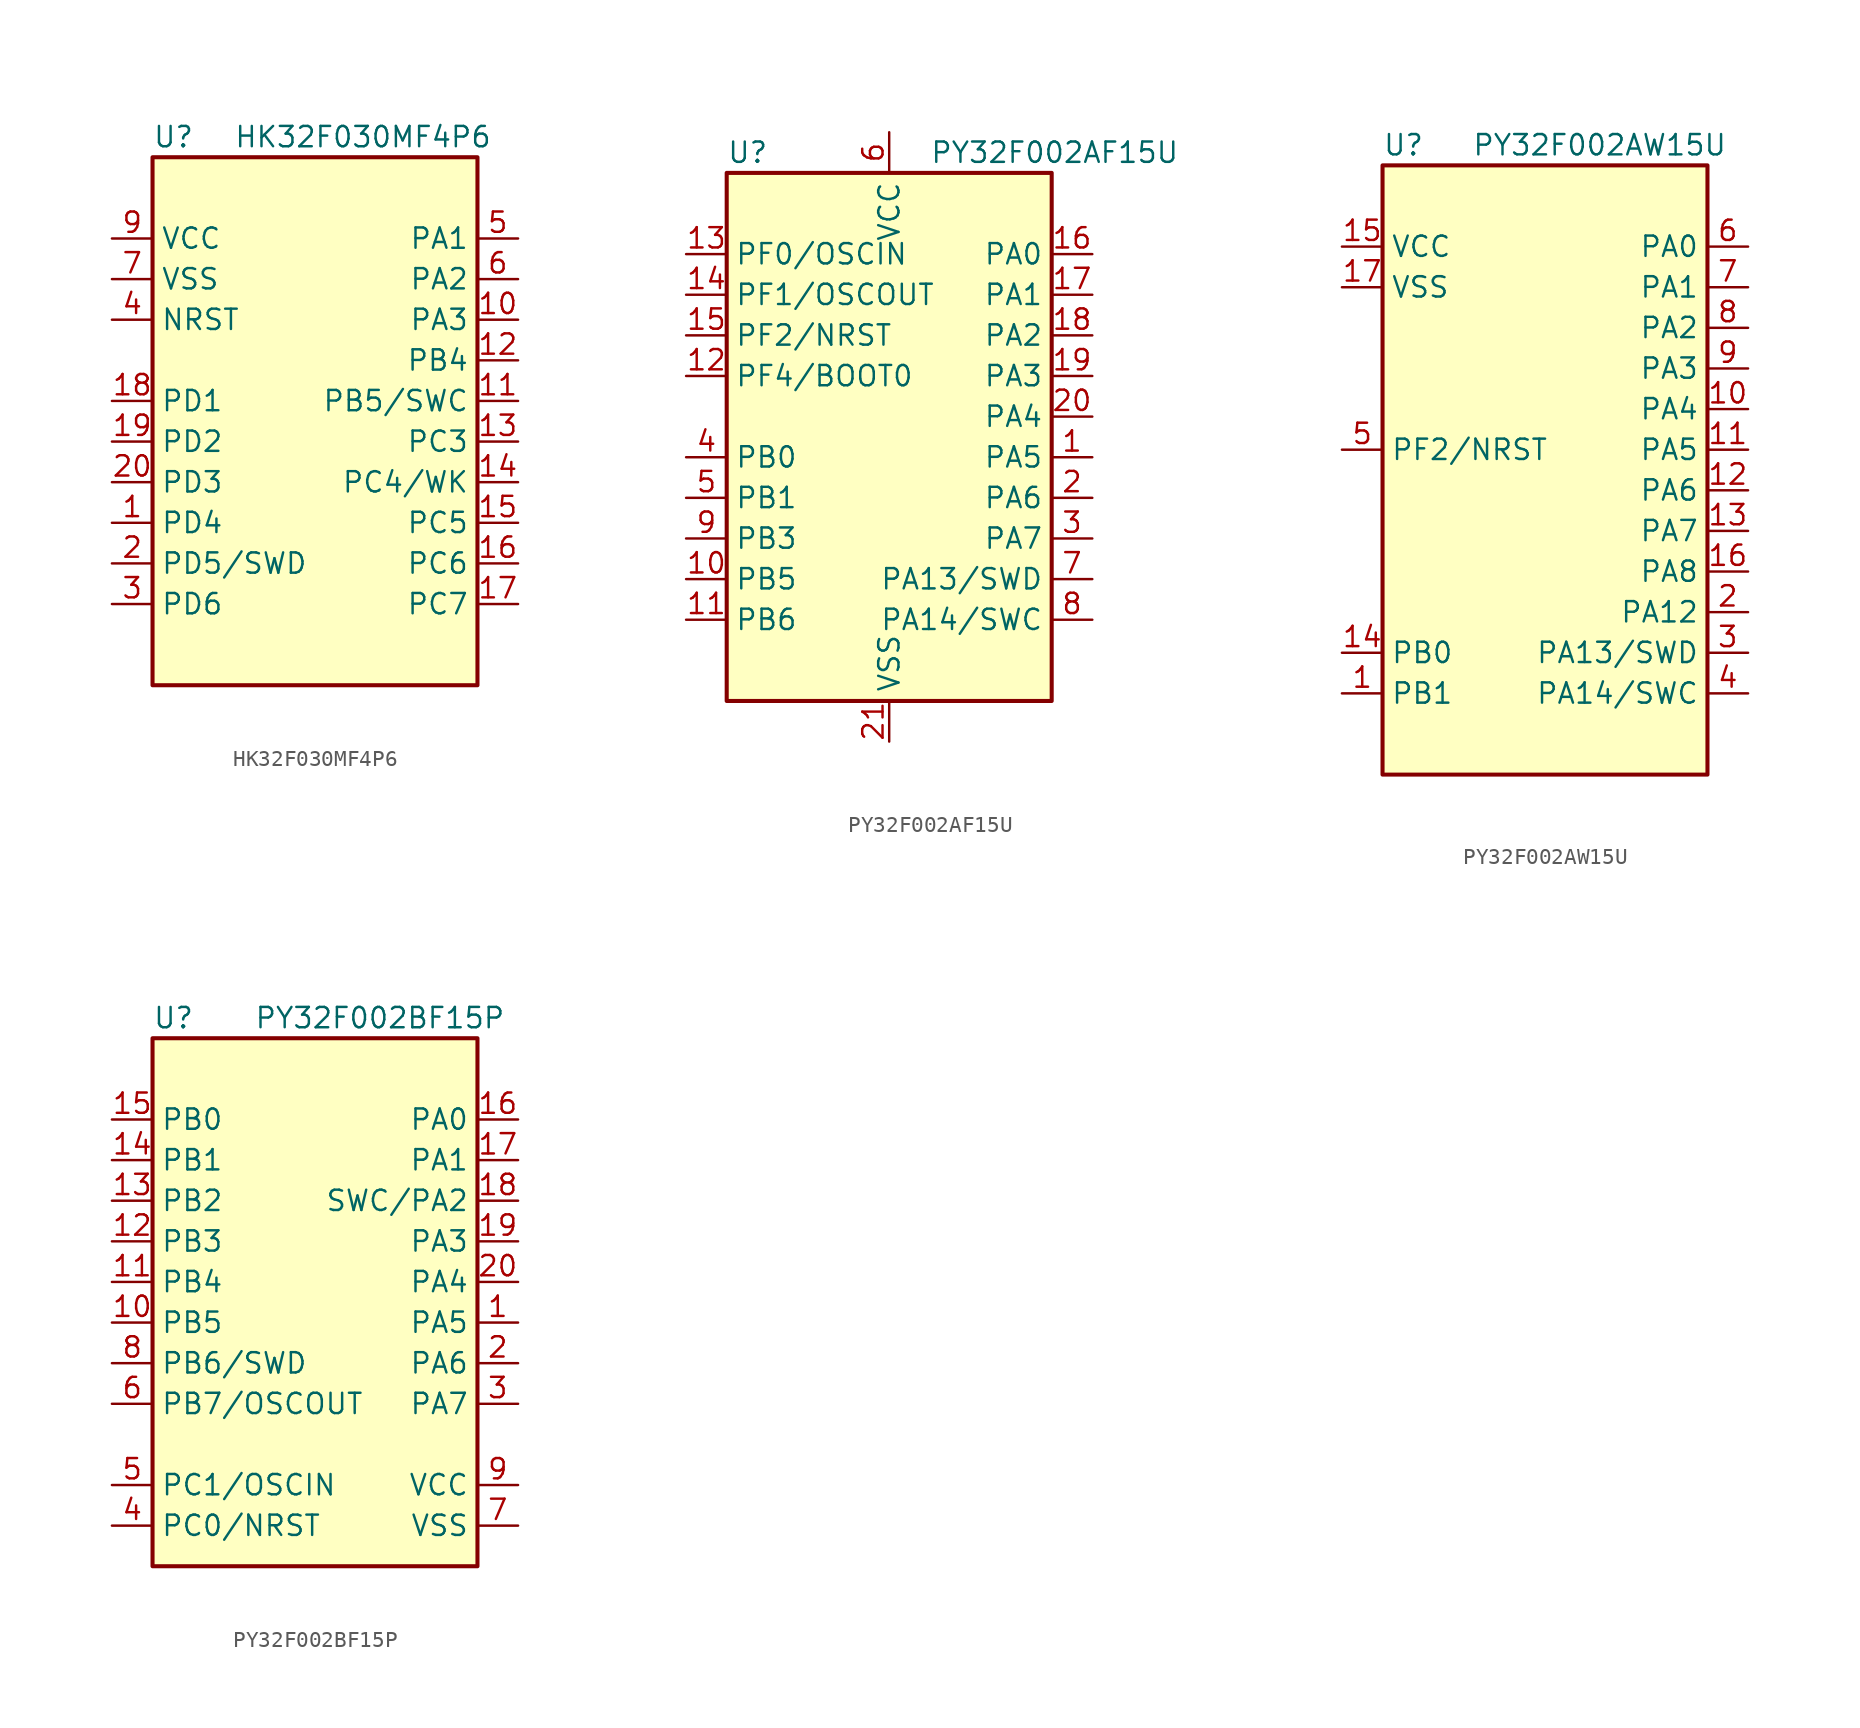
<source format=kicad_sym>
(kicad_symbol_lib
  (version 20241209)
  (generator "kicad_symbol_editor")
  (generator_version "9.0")
  (symbol "HK32F030MF4P6"
    (property "Reference" "U"
      (at -10.16 16.51 0)
      (effects (font (size 1.27 1.27)) (justify left)))
    (property "Value" "HK32F030MF4P6"
      (at -5.08 16.51 0)
      (effects (font (size 1.27 1.27)) (justify left)))
    (symbol "HK32F030MF4P6_0_1"
      (rectangle (start -10.16 15.24) (end 10.16 -17.78) (stroke (width 0.254) (type default)) (fill (type background))))
    (symbol "HK32F030MF4P6_1_1"
      (pin no_connect line (at -12.7 12.7 0) (length 2.54) (hide yes) (name "VCAP" (effects (font (size 1.27 1.27)))) (number "8" (effects (font (size 1.27 1.27)))))
      (pin power_in line (at -12.7 10.16 0) (length 2.54) (name "VCC" (effects (font (size 1.27 1.27)))) (number "9" (effects (font (size 1.27 1.27)))))
      (pin power_in line (at -12.7 7.62 0) (length 2.54) (name "VSS" (effects (font (size 1.27 1.27)))) (number "7" (effects (font (size 1.27 1.27)))))
      (pin bidirectional line (at -12.7 5.08 0) (length 2.54) (name "NRST" (effects (font (size 1.27 1.27)))) (number "4" (effects (font (size 1.27 1.27)))))
      (pin bidirectional line (at -12.7 0 0) (length 2.54) (name "PD1" (effects (font (size 1.27 1.27)))) (number "18" (effects (font (size 1.27 1.27)))))
      (pin bidirectional line (at -12.7 -2.54 0) (length 2.54) (name "PD2" (effects (font (size 1.27 1.27)))) (number "19" (effects (font (size 1.27 1.27)))))
      (pin bidirectional line (at -12.7 -5.08 0) (length 2.54) (name "PD3" (effects (font (size 1.27 1.27)))) (number "20" (effects (font (size 1.27 1.27)))))
      (pin bidirectional line (at -12.7 -7.62 0) (length 2.54) (name "PD4" (effects (font (size 1.27 1.27)))) (number "1" (effects (font (size 1.27 1.27)))))
      (pin bidirectional line (at -12.7 -10.16 0) (length 2.54) (name "PD5/SWD" (effects (font (size 1.27 1.27)))) (number "2" (effects (font (size 1.27 1.27)))))
      (pin bidirectional line (at -12.7 -12.7 0) (length 2.54) (name "PD6" (effects (font (size 1.27 1.27)))) (number "3" (effects (font (size 1.27 1.27)))))
      (pin bidirectional line (at 12.7 10.16 180) (length 2.54) (name "PA1" (effects (font (size 1.27 1.27)))) (number "5" (effects (font (size 1.27 1.27)))))
      (pin bidirectional line (at 12.7 7.62 180) (length 2.54) (name "PA2" (effects (font (size 1.27 1.27)))) (number "6" (effects (font (size 1.27 1.27)))))
      (pin bidirectional line (at 12.7 5.08 180) (length 2.54) (name "PA3" (effects (font (size 1.27 1.27)))) (number "10" (effects (font (size 1.27 1.27)))))
      (pin bidirectional line (at 12.7 2.54 180) (length 2.54) (name "PB4" (effects (font (size 1.27 1.27)))) (number "12" (effects (font (size 1.27 1.27)))))
      (pin bidirectional line (at 12.7 0 180) (length 2.54) (name "PB5/SWC" (effects (font (size 1.27 1.27)))) (number "11" (effects (font (size 1.27 1.27)))))
      (pin bidirectional line (at 12.7 -2.54 180) (length 2.54) (name "PC3" (effects (font (size 1.27 1.27)))) (number "13" (effects (font (size 1.27 1.27)))))
      (pin bidirectional line (at 12.7 -5.08 180) (length 2.54) (name "PC4/WK" (effects (font (size 1.27 1.27)))) (number "14" (effects (font (size 1.27 1.27)))))
      (pin bidirectional line (at 12.7 -7.62 180) (length 2.54) (name "PC5" (effects (font (size 1.27 1.27)))) (number "15" (effects (font (size 1.27 1.27)))))
      (pin bidirectional line (at 12.7 -10.16 180) (length 2.54) (name "PC6" (effects (font (size 1.27 1.27)))) (number "16" (effects (font (size 1.27 1.27)))))
      (pin bidirectional line (at 12.7 -12.7 180) (length 2.54) (name "PC7" (effects (font (size 1.27 1.27)))) (number "17" (effects (font (size 1.27 1.27)))))))
  (symbol "PY32F002AF15U"
    (property "Reference" "U"
      (at -10.16 16.51 0)
      (effects (font (size 1.27 1.27)) (justify left)))
    (property "Value" "PY32F002AF15U"
      (at 2.54 16.51 0)
      (effects (font (size 1.27 1.27)) (justify left)))
    (symbol "PY32F002AF15U_0_1"
      (rectangle (start -10.16 15.24) (end 10.16 -17.78) (stroke (width 0.254) (type default)) (fill (type background))))
    (symbol "PY32F002AF15U_1_1"
      (pin bidirectional line (at -12.7 10.16 0) (length 2.54) (name "PF0/OSCIN" (effects (font (size 1.27 1.27)))) (number "13" (effects (font (size 1.27 1.27)))))
      (pin bidirectional line (at -12.7 7.62 0) (length 2.54) (name "PF1/OSCOUT" (effects (font (size 1.27 1.27)))) (number "14" (effects (font (size 1.27 1.27)))))
      (pin bidirectional line (at -12.7 5.08 0) (length 2.54) (name "PF2/NRST" (effects (font (size 1.27 1.27)))) (number "15" (effects (font (size 1.27 1.27)))))
      (pin bidirectional line (at -12.7 2.54 0) (length 2.54) (name "PF4/BOOT0" (effects (font (size 1.27 1.27)))) (number "12" (effects (font (size 1.27 1.27)))))
      (pin bidirectional line (at -12.7 -2.54 0) (length 2.54) (name "PB0" (effects (font (size 1.27 1.27)))) (number "4" (effects (font (size 1.27 1.27)))))
      (pin bidirectional line (at -12.7 -5.08 0) (length 2.54) (name "PB1" (effects (font (size 1.27 1.27)))) (number "5" (effects (font (size 1.27 1.27)))))
      (pin bidirectional line (at -12.7 -7.62 0) (length 2.54) (name "PB3" (effects (font (size 1.27 1.27)))) (number "9" (effects (font (size 1.27 1.27)))))
      (pin bidirectional line (at -12.7 -10.16 0) (length 2.54) (name "PB5" (effects (font (size 1.27 1.27)))) (number "10" (effects (font (size 1.27 1.27)))))
      (pin bidirectional line (at -12.7 -12.7 0) (length 2.54) (name "PB6" (effects (font (size 1.27 1.27)))) (number "11" (effects (font (size 1.27 1.27)))))
      (pin power_in line (at 0 17.78 270) (length 2.54) (name "VCC" (effects (font (size 1.27 1.27)))) (number "6" (effects (font (size 1.27 1.27)))))
      (pin power_in line (at 0 -20.32 90) (length 2.54) (name "VSS" (effects (font (size 1.27 1.27)))) (number "21" (effects (font (size 1.27 1.27)))))
      (pin bidirectional line (at 12.7 10.16 180) (length 2.54) (name "PA0" (effects (font (size 1.27 1.27)))) (number "16" (effects (font (size 1.27 1.27)))))
      (pin bidirectional line (at 12.7 7.62 180) (length 2.54) (name "PA1" (effects (font (size 1.27 1.27)))) (number "17" (effects (font (size 1.27 1.27)))))
      (pin bidirectional line (at 12.7 5.08 180) (length 2.54) (name "PA2" (effects (font (size 1.27 1.27)))) (number "18" (effects (font (size 1.27 1.27)))))
      (pin bidirectional line (at 12.7 2.54 180) (length 2.54) (name "PA3" (effects (font (size 1.27 1.27)))) (number "19" (effects (font (size 1.27 1.27)))))
      (pin bidirectional line (at 12.7 0 180) (length 2.54) (name "PA4" (effects (font (size 1.27 1.27)))) (number "20" (effects (font (size 1.27 1.27)))))
      (pin bidirectional line (at 12.7 -2.54 180) (length 2.54) (name "PA5" (effects (font (size 1.27 1.27)))) (number "1" (effects (font (size 1.27 1.27)))))
      (pin bidirectional line (at 12.7 -5.08 180) (length 2.54) (name "PA6" (effects (font (size 1.27 1.27)))) (number "2" (effects (font (size 1.27 1.27)))))
      (pin bidirectional line (at 12.7 -7.62 180) (length 2.54) (name "PA7" (effects (font (size 1.27 1.27)))) (number "3" (effects (font (size 1.27 1.27)))))
      (pin bidirectional line (at 12.7 -10.16 180) (length 2.54) (name "PA13/SWD" (effects (font (size 1.27 1.27)))) (number "7" (effects (font (size 1.27 1.27)))))
      (pin bidirectional line (at 12.7 -12.7 180) (length 2.54) (name "PA14/SWC" (effects (font (size 1.27 1.27)))) (number "8" (effects (font (size 1.27 1.27)))))))
  (symbol "PY32F002AW15U"
    (property "Reference" "U"
      (at -10.16 19.05 0)
      (effects (font (size 1.27 1.27)) (justify left)))
    (property "Value" "PY32F002AW15U"
      (at -4.572 19.05 0)
      (effects (font (size 1.27 1.27)) (justify left)))
    (symbol "PY32F002AW15U_0_1"
      (rectangle (start -10.16 17.78) (end 10.16 -20.32) (stroke (width 0.254) (type default)) (fill (type background))))
    (symbol "PY32F002AW15U_1_1"
      (pin power_in line (at -12.7 12.7 0) (length 2.54) (name "VCC" (effects (font (size 1.27 1.27)))) (number "15" (effects (font (size 1.27 1.27)))))
      (pin power_in line (at -12.7 10.16 0) (length 2.54) (name "VSS" (effects (font (size 1.27 1.27)))) (number "17" (effects (font (size 1.27 1.27)))))
      (pin bidirectional line (at -12.7 0 0) (length 2.54) (name "PF2/NRST" (effects (font (size 1.27 1.27)))) (number "5" (effects (font (size 1.27 1.27)))))
      (pin bidirectional line (at -12.7 -12.7 0) (length 2.54) (name "PB0" (effects (font (size 1.27 1.27)))) (number "14" (effects (font (size 1.27 1.27)))))
      (pin bidirectional line (at -12.7 -15.24 0) (length 2.54) (name "PB1" (effects (font (size 1.27 1.27)))) (number "1" (effects (font (size 1.27 1.27)))))
      (pin bidirectional line (at 12.7 12.7 180) (length 2.54) (name "PA0" (effects (font (size 1.27 1.27)))) (number "6" (effects (font (size 1.27 1.27)))))
      (pin bidirectional line (at 12.7 10.16 180) (length 2.54) (name "PA1" (effects (font (size 1.27 1.27)))) (number "7" (effects (font (size 1.27 1.27)))))
      (pin bidirectional line (at 12.7 7.62 180) (length 2.54) (name "PA2" (effects (font (size 1.27 1.27)))) (number "8" (effects (font (size 1.27 1.27)))))
      (pin bidirectional line (at 12.7 5.08 180) (length 2.54) (name "PA3" (effects (font (size 1.27 1.27)))) (number "9" (effects (font (size 1.27 1.27)))))
      (pin bidirectional line (at 12.7 2.54 180) (length 2.54) (name "PA4" (effects (font (size 1.27 1.27)))) (number "10" (effects (font (size 1.27 1.27)))))
      (pin bidirectional line (at 12.7 0 180) (length 2.54) (name "PA5" (effects (font (size 1.27 1.27)))) (number "11" (effects (font (size 1.27 1.27)))))
      (pin bidirectional line (at 12.7 -2.54 180) (length 2.54) (name "PA6" (effects (font (size 1.27 1.27)))) (number "12" (effects (font (size 1.27 1.27)))))
      (pin bidirectional line (at 12.7 -5.08 180) (length 2.54) (name "PA7" (effects (font (size 1.27 1.27)))) (number "13" (effects (font (size 1.27 1.27)))))
      (pin bidirectional line (at 12.7 -7.62 180) (length 2.54) (name "PA8" (effects (font (size 1.27 1.27)))) (number "16" (effects (font (size 1.27 1.27)))))
      (pin bidirectional line (at 12.7 -10.16 180) (length 2.54) (name "PA12" (effects (font (size 1.27 1.27)))) (number "2" (effects (font (size 1.27 1.27)))))
      (pin bidirectional line (at 12.7 -12.7 180) (length 2.54) (name "PA13/SWD" (effects (font (size 1.27 1.27)))) (number "3" (effects (font (size 1.27 1.27)))))
      (pin bidirectional line (at 12.7 -15.24 180) (length 2.54) (name "PA14/SWC" (effects (font (size 1.27 1.27)))) (number "4" (effects (font (size 1.27 1.27)))))))
  (symbol "PY32F002BF15P"
    (property "Reference" "U"
      (at -10.16 16.51 0)
      (effects (font (size 1.27 1.27)) (justify left)))
    (property "Value" "PY32F002BF15P"
      (at -3.81 16.51 0)
      (effects (font (size 1.27 1.27)) (justify left)))
    (symbol "PY32F002BF15P_0_1"
      (rectangle (start -10.16 15.24) (end 10.16 -17.78) (stroke (width 0.254) (type default)) (fill (type background))))
    (symbol "PY32F002BF15P_1_1"
      (pin bidirectional line (at -12.7 10.16 0) (length 2.54) (name "PB0" (effects (font (size 1.27 1.27)))) (number "15" (effects (font (size 1.27 1.27)))))
      (pin bidirectional line (at -12.7 7.62 0) (length 2.54) (name "PB1" (effects (font (size 1.27 1.27)))) (number "14" (effects (font (size 1.27 1.27)))))
      (pin bidirectional line (at -12.7 5.08 0) (length 2.54) (name "PB2" (effects (font (size 1.27 1.27)))) (number "13" (effects (font (size 1.27 1.27)))))
      (pin bidirectional line (at -12.7 2.54 0) (length 2.54) (name "PB3" (effects (font (size 1.27 1.27)))) (number "12" (effects (font (size 1.27 1.27)))))
      (pin bidirectional line (at -12.7 0 0) (length 2.54) (name "PB4" (effects (font (size 1.27 1.27)))) (number "11" (effects (font (size 1.27 1.27)))))
      (pin bidirectional line (at -12.7 -2.54 0) (length 2.54) (name "PB5" (effects (font (size 1.27 1.27)))) (number "10" (effects (font (size 1.27 1.27)))))
      (pin bidirectional line (at -12.7 -5.08 0) (length 2.54) (name "PB6/SWD" (effects (font (size 1.27 1.27)))) (number "8" (effects (font (size 1.27 1.27)))))
      (pin bidirectional line (at -12.7 -7.62 0) (length 2.54) (name "PB7/OSCOUT" (effects (font (size 1.27 1.27)))) (number "6" (effects (font (size 1.27 1.27)))))
      (pin bidirectional line (at -12.7 -12.7 0) (length 2.54) (name "PC1/OSCIN" (effects (font (size 1.27 1.27)))) (number "5" (effects (font (size 1.27 1.27)))))
      (pin bidirectional line (at -12.7 -15.24 0) (length 2.54) (name "PC0/NRST" (effects (font (size 1.27 1.27)))) (number "4" (effects (font (size 1.27 1.27)))))
      (pin bidirectional line (at 12.7 10.16 180) (length 2.54) (name "PA0" (effects (font (size 1.27 1.27)))) (number "16" (effects (font (size 1.27 1.27)))))
      (pin bidirectional line (at 12.7 7.62 180) (length 2.54) (name "PA1" (effects (font (size 1.27 1.27)))) (number "17" (effects (font (size 1.27 1.27)))))
      (pin bidirectional line (at 12.7 5.08 180) (length 2.54) (name "SWC/PA2" (effects (font (size 1.27 1.27)))) (number "18" (effects (font (size 1.27 1.27)))))
      (pin bidirectional line (at 12.7 2.54 180) (length 2.54) (name "PA3" (effects (font (size 1.27 1.27)))) (number "19" (effects (font (size 1.27 1.27)))))
      (pin bidirectional line (at 12.7 0 180) (length 2.54) (name "PA4" (effects (font (size 1.27 1.27)))) (number "20" (effects (font (size 1.27 1.27)))))
      (pin bidirectional line (at 12.7 -2.54 180) (length 2.54) (name "PA5" (effects (font (size 1.27 1.27)))) (number "1" (effects (font (size 1.27 1.27)))))
      (pin bidirectional line (at 12.7 -5.08 180) (length 2.54) (name "PA6" (effects (font (size 1.27 1.27)))) (number "2" (effects (font (size 1.27 1.27)))))
      (pin bidirectional line (at 12.7 -7.62 180) (length 2.54) (name "PA7" (effects (font (size 1.27 1.27)))) (number "3" (effects (font (size 1.27 1.27)))))
      (pin power_in line (at 12.7 -12.7 180) (length 2.54) (name "VCC" (effects (font (size 1.27 1.27)))) (number "9" (effects (font (size 1.27 1.27)))))
      (pin power_in line (at 12.7 -15.24 180) (length 2.54) (name "VSS" (effects (font (size 1.27 1.27)))) (number "7" (effects (font (size 1.27 1.27))))))))
</source>
